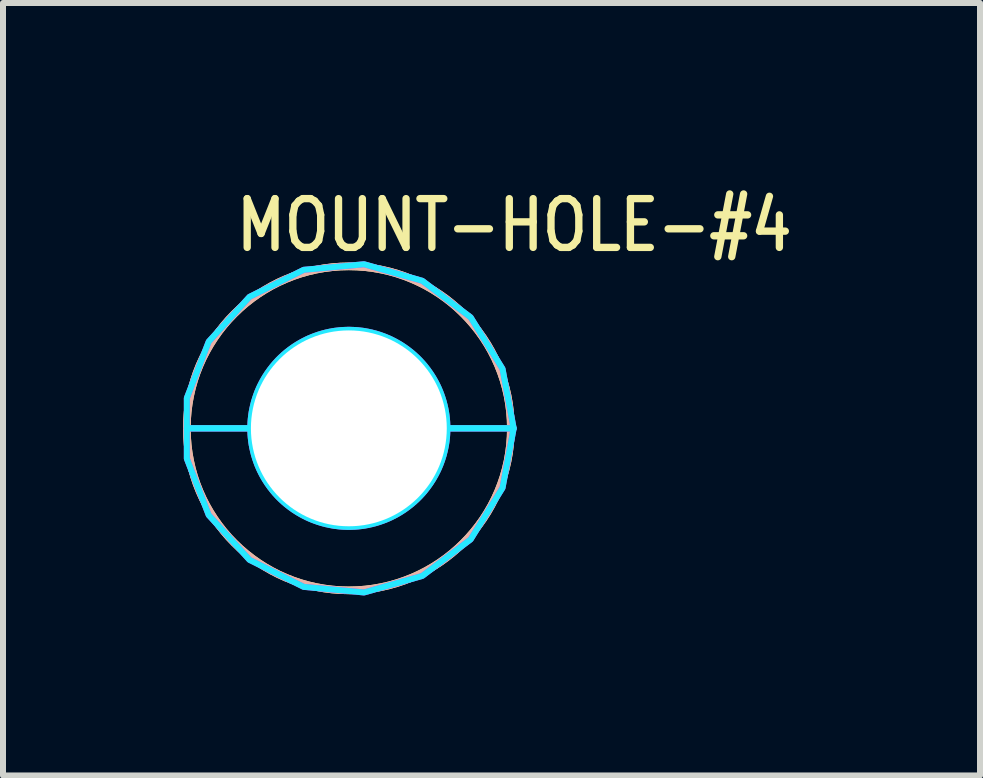
<source format=kicad_pcb>
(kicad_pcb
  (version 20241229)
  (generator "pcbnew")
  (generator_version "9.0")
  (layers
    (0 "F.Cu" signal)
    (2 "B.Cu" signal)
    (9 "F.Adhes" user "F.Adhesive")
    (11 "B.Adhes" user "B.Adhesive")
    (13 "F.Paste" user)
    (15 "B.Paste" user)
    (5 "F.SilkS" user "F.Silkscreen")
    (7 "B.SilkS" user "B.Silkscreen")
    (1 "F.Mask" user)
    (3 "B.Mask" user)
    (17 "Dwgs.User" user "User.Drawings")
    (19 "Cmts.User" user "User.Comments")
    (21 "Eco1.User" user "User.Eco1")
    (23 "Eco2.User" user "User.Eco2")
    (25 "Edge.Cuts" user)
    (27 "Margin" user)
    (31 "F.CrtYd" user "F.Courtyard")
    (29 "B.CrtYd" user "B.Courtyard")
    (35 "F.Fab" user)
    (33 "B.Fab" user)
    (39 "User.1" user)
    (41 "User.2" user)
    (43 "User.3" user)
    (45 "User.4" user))
  (footprint "MOUNT-HOLE-#4"
    (layer "F.Cu")
    (at 2.764 4.089)
    (property "Reference" "MOUNT-HOLE-#4" (at -1.94 -2.91 0) (unlocked yes) (layer "F.SilkS") (effects (font (size 0.813 0.695) (thickness 0.122)) (justify left bottom)))
    (fp_circle (center 0 0) (end 2.578 0) (stroke (width 0) (type solid)) (fill yes) (layer "F.Mask"))
    (fp_circle (center 0 0) (end 2.7 0) (stroke (width 0) (type solid)) (fill yes) (layer "F.Mask"))
    (fp_circle (center 0 0) (end 2.7 0) (stroke (width 0) (type solid)) (fill yes) (layer "F.Mask"))
    (fp_circle (center 0 0) (end 2.578 0) (stroke (width 0) (type solid)) (fill yes) (layer "B.Mask"))
    (fp_circle (center 0 0) (end 2.7 0) (stroke (width 0) (type solid)) (fill yes) (layer "B.Mask"))
    (fp_circle (center 0 0) (end 2.7 0) (stroke (width 0.127) (type solid)) (fill no) (layer "F.SilkS"))
    (fp_circle (center 0 0) (end 2.7 0) (stroke (width 0.127) (type solid)) (fill no) (layer "B.SilkS"))
    (fp_poly (pts (xy -2.7 0) (xy -2.7 -0.505) (xy -2.335 -1.446) (xy -1.655 -2.192) (xy -0.752 -2.642) (xy 0.253 -2.735) (xy 1.224 -2.459) (xy 2.03 -1.85) (xy 2.561 -0.992) (xy 2.747 0) (xy 1.642 0) (xy 1.642 -0.000078) (xy 1.642 -0.026) (xy 1.642 -0.026) (xy 1.641 -0.051) (xy 1.641 -0.052) (xy 1.64 -0.077) (xy 1.64 -0.077) (xy 1.639 -0.103) (xy 1.639 -0.103) (xy 1.637 -0.129) (xy 1.637 -0.129) (xy 1.635 -0.154) (xy 1.635 -0.155) (xy 1.632 -0.18) (xy 1.632 -0.18) (xy 1.629 -0.206) (xy 1.629 -0.206) (xy 1.626 -0.231) (xy 1.626 -0.231) (xy 1.622 -0.257) (xy 1.622 -0.257) (xy 1.618 -0.282) (xy 1.617 -0.282) (xy 1.613 -0.308) (xy 1.613 -0.308) (xy 1.608 -0.333) (xy 1.608 -0.333) (xy 1.602 -0.358) (xy 1.602 -0.358) (xy 1.597 -0.383) (xy 1.597 -0.383) (xy 1.59 -0.408) (xy 1.59 -0.408) (xy 1.584 -0.433) (xy 1.584 -0.433) (xy 1.577 -0.458) (xy 1.577 -0.458) (xy 1.569 -0.483) (xy 1.569 -0.483) (xy 1.562 -0.507) (xy 1.562 -0.507) (xy 1.553 -0.532) (xy 1.553 -0.532) (xy 1.545 -0.556) (xy 1.545 -0.556) (xy 1.536 -0.58) (xy 1.536 -0.58) (xy 1.527 -0.604) (xy 1.527 -0.605) (xy 1.517 -0.628) (xy 1.517 -0.628) (xy 1.507 -0.652) (xy 1.507 -0.652) (xy 1.497 -0.676) (xy 1.496 -0.676) (xy 1.486 -0.699) (xy 1.486 -0.699) (xy 1.475 -0.722) (xy 1.474 -0.722) (xy 1.463 -0.745) (xy 1.463 -0.746) (xy 1.451 -0.768) (xy 1.451 -0.768) (xy 1.439 -0.791) (xy 1.439 -0.791) (xy 1.426 -0.813) (xy 1.426 -0.814) (xy 1.413 -0.836) (xy 1.413 -0.836) (xy 1.4 -0.858) (xy 1.4 -0.858) (xy 1.386 -0.88) (xy 1.386 -0.88) (xy 1.372 -0.901) (xy 1.372 -0.902) (xy 1.358 -0.923) (xy 1.358 -0.923) (xy 1.343 -0.944) (xy 1.343 -0.944) (xy 1.328 -0.965) (xy 1.328 -0.965) (xy 1.313 -0.986) (xy 1.313 -0.986) (xy 1.297 -1.006) (xy 1.297 -1.006) (xy 1.281 -1.027) (xy 1.281 -1.027) (xy 1.265 -1.047) (xy 1.265 -1.047) (xy 1.249 -1.066) (xy 1.248 -1.066) (xy 1.232 -1.086) (xy 1.232 -1.086) (xy 1.214 -1.105) (xy 1.214 -1.105) (xy 1.197 -1.124) (xy 1.197 -1.124) (xy 1.179 -1.143) (xy 1.179 -1.143) (xy 1.161 -1.161) (xy 1.161 -1.161) (xy 1.143 -1.179) (xy 1.143 -1.179) (xy 1.124 -1.197) (xy 1.124 -1.197) (xy 1.105 -1.214) (xy 1.105 -1.214) (xy 1.086 -1.232) (xy 1.086 -1.232) (xy 1.066 -1.248) (xy 1.066 -1.249) (xy 1.047 -1.265) (xy 1.047 -1.265) (xy 1.027 -1.281) (xy 1.027 -1.281) (xy 1.006 -1.297) (xy 1.006 -1.297) (xy 0.986 -1.313) (xy 0.986 -1.313) (xy 0.965 -1.328) (xy 0.965 -1.328) (xy 0.944 -1.343) (xy 0.944 -1.343) (xy 0.923 -1.358) (xy 0.923 -1.358) (xy 0.902 -1.372) (xy 0.901 -1.372) (xy 0.88 -1.386) (xy 0.88 -1.386) (xy 0.858 -1.4) (xy 0.858 -1.4) (xy 0.836 -1.413) (xy 0.836 -1.413) (xy 0.814 -1.426) (xy 0.813 -1.426) (xy 0.791 -1.439) (xy 0.791 -1.439) (xy 0.768 -1.451) (xy 0.768 -1.451) (xy 0.746 -1.463) (xy 0.745 -1.463) (xy 0.722 -1.474) (xy 0.722 -1.475) (xy 0.699 -1.486) (xy 0.699 -1.486) (xy 0.676 -1.496) (xy 0.676 -1.497) (xy 0.652 -1.507) (xy 0.652 -1.507) (xy 0.628 -1.517) (xy 0.628 -1.517) (xy 0.605 -1.527) (xy 0.604 -1.527) (xy 0.58 -1.536) (xy 0.58 -1.536) (xy 0.556 -1.545) (xy 0.556 -1.545) (xy 0.532 -1.553) (xy 0.532 -1.553) (xy 0.507 -1.562) (xy 0.507 -1.562) (xy 0.483 -1.569) (xy 0.483 -1.569) (xy 0.458 -1.577) (xy 0.458 -1.577) (xy 0.433 -1.584) (xy 0.433 -1.584) (xy 0.408 -1.59) (xy 0.408 -1.59) (xy 0.383 -1.597) (xy 0.383 -1.597) (xy 0.358 -1.602) (xy 0.358 -1.602) (xy 0.333 -1.608) (xy 0.333 -1.608) (xy 0.308 -1.613) (xy 0.308 -1.613) (xy 0.282 -1.617) (xy 0.282 -1.618) (xy 0.257 -1.622) (xy 0.257 -1.622) (xy 0.231 -1.626) (xy 0.231 -1.626) (xy 0.206 -1.629) (xy 0.206 -1.629) (xy 0.18 -1.632) (xy 0.18 -1.632) (xy 0.155 -1.635) (xy 0.154 -1.635) (xy 0.129 -1.637) (xy 0.129 -1.637) (xy 0.103 -1.639) (xy 0.103 -1.639) (xy 0.077 -1.64) (xy 0.077 -1.64) (xy 0.052 -1.641) (xy 0.051 -1.641) (xy 0.026 -1.642) (xy 0.026 -1.642) (xy 0.000078 -1.642) (xy -0.000078 -1.642) (xy -0.026 -1.642) (xy -0.026 -1.642) (xy -0.051 -1.641) (xy -0.052 -1.641) (xy -0.077 -1.64) (xy -0.077 -1.64) (xy -0.103 -1.639) (xy -0.103 -1.639) (xy -0.129 -1.637) (xy -0.129 -1.637) (xy -0.154 -1.635) (xy -0.155 -1.635) (xy -0.18 -1.632) (xy -0.18 -1.632) (xy -0.206 -1.629) (xy -0.206 -1.629) (xy -0.231 -1.626) (xy -0.231 -1.626) (xy -0.257 -1.622) (xy -0.257 -1.622) (xy -0.282 -1.618) (xy -0.282 -1.617) (xy -0.308 -1.613) (xy -0.308 -1.613) (xy -0.333 -1.608) (xy -0.333 -1.608) (xy -0.358 -1.602) (xy -0.358 -1.602) (xy -0.383 -1.597) (xy -0.383 -1.597) (xy -0.408 -1.59) (xy -0.408 -1.59) (xy -0.433 -1.584) (xy -0.433 -1.584) (xy -0.458 -1.577) (xy -0.458 -1.577) (xy -0.483 -1.569) (xy -0.483 -1.569) (xy -0.507 -1.562) (xy -0.507 -1.562) (xy -0.532 -1.553) (xy -0.532 -1.553) (xy -0.556 -1.545) (xy -0.556 -1.545) (xy -0.58 -1.536) (xy -0.58 -1.536) (xy -0.604 -1.527) (xy -0.605 -1.527) (xy -0.628 -1.517) (xy -0.628 -1.517) (xy -0.652 -1.507) (xy -0.652 -1.507) (xy -0.676 -1.497) (xy -0.676 -1.496) (xy -0.699 -1.486) (xy -0.699 -1.486) (xy -0.722 -1.475) (xy -0.722 -1.474) (xy -0.745 -1.463) (xy -0.746 -1.463) (xy -0.768 -1.451) (xy -0.768 -1.451) (xy -0.791 -1.439) (xy -0.791 -1.439) (xy -0.813 -1.426) (xy -0.814 -1.426) (xy -0.836 -1.413) (xy -0.836 -1.413) (xy -0.858 -1.4) (xy -0.858 -1.4) (xy -0.88 -1.386) (xy -0.88 -1.386) (xy -0.901 -1.372) (xy -0.902 -1.372) (xy -0.923 -1.358) (xy -0.923 -1.358) (xy -0.944 -1.343) (xy -0.944 -1.343) (xy -0.965 -1.328) (xy -0.965 -1.328) (xy -0.986 -1.313) (xy -0.986 -1.313) (xy -1.006 -1.297) (xy -1.006 -1.297) (xy -1.027 -1.281) (xy -1.027 -1.281) (xy -1.047 -1.265) (xy -1.047 -1.265) (xy -1.066 -1.249) (xy -1.066 -1.248) (xy -1.086 -1.232) (xy -1.086 -1.232) (xy -1.105 -1.214) (xy -1.105 -1.214) (xy -1.124 -1.197) (xy -1.124 -1.197) (xy -1.143 -1.179) (xy -1.143 -1.179) (xy -1.161 -1.161) (xy -1.161 -1.161) (xy -1.179 -1.143) (xy -1.179 -1.143) (xy -1.197 -1.124) (xy -1.197 -1.124) (xy -1.214 -1.105) (xy -1.214 -1.105) (xy -1.232 -1.086) (xy -1.232 -1.086) (xy -1.248 -1.066) (xy -1.249 -1.066) (xy -1.265 -1.047) (xy -1.265 -1.047) (xy -1.281 -1.027) (xy -1.281 -1.027) (xy -1.297 -1.006) (xy -1.297 -1.006) (xy -1.313 -0.986) (xy -1.313 -0.986) (xy -1.328 -0.965) (xy -1.328 -0.965) (xy -1.343 -0.944) (xy -1.343 -0.944) (xy -1.358 -0.923) (xy -1.358 -0.923) (xy -1.372 -0.902) (xy -1.372 -0.901) (xy -1.386 -0.88) (xy -1.386 -0.88) (xy -1.4 -0.858) (xy -1.4 -0.858) (xy -1.413 -0.836) (xy -1.413 -0.836) (xy -1.426 -0.814) (xy -1.426 -0.813) (xy -1.439 -0.791) (xy -1.439 -0.791) (xy -1.451 -0.768) (xy -1.451 -0.768) (xy -1.463 -0.746) (xy -1.463 -0.745) (xy -1.474 -0.722) (xy -1.475 -0.722) (xy -1.486 -0.699) (xy -1.486 -0.699) (xy -1.496 -0.676) (xy -1.497 -0.676) (xy -1.507 -0.652) (xy -1.507 -0.652) (xy -1.517 -0.628) (xy -1.517 -0.628) (xy -1.527 -0.605) (xy -1.527 -0.604) (xy -1.536 -0.58) (xy -1.536 -0.58) (xy -1.545 -0.556) (xy -1.545 -0.556) (xy -1.553 -0.532) (xy -1.553 -0.532) (xy -1.562 -0.507) (xy -1.562 -0.507) (xy -1.569 -0.483) (xy -1.569 -0.483) (xy -1.577 -0.458) (xy -1.577 -0.458) (xy -1.584 -0.433) (xy -1.584 -0.433) (xy -1.59 -0.408) (xy -1.59 -0.408) (xy -1.597 -0.383) (xy -1.597 -0.383) (xy -1.602 -0.358) (xy -1.602 -0.358) (xy -1.608 -0.333) (xy -1.608 -0.333) (xy -1.613 -0.308) (xy -1.613 -0.308) (xy -1.617 -0.282) (xy -1.618 -0.282) (xy -1.622 -0.257) (xy -1.622 -0.257) (xy -1.626 -0.231) (xy -1.626 -0.231) (xy -1.629 -0.206) (xy -1.629 -0.206) (xy -1.632 -0.18) (xy -1.632 -0.18) (xy -1.635 -0.155) (xy -1.635 -0.154) (xy -1.637 -0.129) (xy -1.637 -0.129) (xy -1.639 -0.103) (xy -1.639 -0.103) (xy -1.64 -0.077) (xy -1.64 -0.077) (xy -1.641 -0.052) (xy -1.641 -0.051) (xy -1.642 -0.026) (xy -1.642 -0.026) (xy -1.642 -0.000078) (xy -1.642 0)) (stroke (width 0.1) (type solid)) (fill no) (layer "B.CrtYd"))
    (fp_poly (pts (xy 2.561 0.992) (xy 2.03 1.85) (xy 1.224 2.459) (xy 0.253 2.735) (xy -0.752 2.642) (xy -1.655 2.192) (xy -2.335 1.446) (xy -2.7 0.505) (xy -2.7 0) (xy -1.642 0) (xy -1.642 0.000078) (xy -1.642 0.026) (xy -1.642 0.026) (xy -1.641 0.051) (xy -1.641 0.052) (xy -1.64 0.077) (xy -1.64 0.077) (xy -1.639 0.103) (xy -1.639 0.103) (xy -1.637 0.129) (xy -1.637 0.129) (xy -1.635 0.154) (xy -1.635 0.155) (xy -1.632 0.18) (xy -1.632 0.18) (xy -1.629 0.206) (xy -1.629 0.206) (xy -1.626 0.231) (xy -1.626 0.231) (xy -1.622 0.257) (xy -1.622 0.257) (xy -1.618 0.282) (xy -1.617 0.282) (xy -1.613 0.308) (xy -1.613 0.308) (xy -1.608 0.333) (xy -1.608 0.333) (xy -1.602 0.358) (xy -1.602 0.358) (xy -1.597 0.383) (xy -1.597 0.383) (xy -1.59 0.408) (xy -1.59 0.408) (xy -1.584 0.433) (xy -1.584 0.433) (xy -1.577 0.458) (xy -1.577 0.458) (xy -1.569 0.483) (xy -1.569 0.483) (xy -1.562 0.507) (xy -1.562 0.507) (xy -1.553 0.532) (xy -1.553 0.532) (xy -1.545 0.556) (xy -1.545 0.556) (xy -1.536 0.58) (xy -1.536 0.58) (xy -1.527 0.604) (xy -1.527 0.605) (xy -1.517 0.628) (xy -1.517 0.628) (xy -1.507 0.652) (xy -1.507 0.652) (xy -1.497 0.676) (xy -1.496 0.676) (xy -1.486 0.699) (xy -1.486 0.699) (xy -1.475 0.722) (xy -1.474 0.722) (xy -1.463 0.745) (xy -1.463 0.746) (xy -1.451 0.768) (xy -1.451 0.768) (xy -1.439 0.791) (xy -1.439 0.791) (xy -1.426 0.813) (xy -1.426 0.814) (xy -1.413 0.836) (xy -1.413 0.836) (xy -1.4 0.858) (xy -1.4 0.858) (xy -1.386 0.88) (xy -1.386 0.88) (xy -1.372 0.901) (xy -1.372 0.902) (xy -1.358 0.923) (xy -1.358 0.923) (xy -1.343 0.944) (xy -1.343 0.944) (xy -1.328 0.965) (xy -1.328 0.965) (xy -1.313 0.986) (xy -1.313 0.986) (xy -1.297 1.006) (xy -1.297 1.006) (xy -1.281 1.027) (xy -1.281 1.027) (xy -1.265 1.047) (xy -1.265 1.047) (xy -1.249 1.066) (xy -1.248 1.066) (xy -1.232 1.086) (xy -1.232 1.086) (xy -1.214 1.105) (xy -1.214 1.105) (xy -1.197 1.124) (xy -1.197 1.124) (xy -1.179 1.143) (xy -1.179 1.143) (xy -1.161 1.161) (xy -1.161 1.161) (xy -1.143 1.179) (xy -1.143 1.179) (xy -1.124 1.197) (xy -1.124 1.197) (xy -1.105 1.214) (xy -1.105 1.214) (xy -1.086 1.232) (xy -1.086 1.232) (xy -1.066 1.248) (xy -1.066 1.249) (xy -1.047 1.265) (xy -1.047 1.265) (xy -1.027 1.281) (xy -1.027 1.281) (xy -1.006 1.297) (xy -1.006 1.297) (xy -0.986 1.313) (xy -0.986 1.313) (xy -0.965 1.328) (xy -0.965 1.328) (xy -0.944 1.343) (xy -0.944 1.343) (xy -0.923 1.358) (xy -0.923 1.358) (xy -0.902 1.372) (xy -0.901 1.372) (xy -0.88 1.386) (xy -0.88 1.386) (xy -0.858 1.4) (xy -0.858 1.4) (xy -0.836 1.413) (xy -0.836 1.413) (xy -0.814 1.426) (xy -0.813 1.426) (xy -0.791 1.439) (xy -0.791 1.439) (xy -0.768 1.451) (xy -0.768 1.451) (xy -0.746 1.463) (xy -0.745 1.463) (xy -0.722 1.474) (xy -0.722 1.475) (xy -0.699 1.486) (xy -0.699 1.486) (xy -0.676 1.496) (xy -0.676 1.497) (xy -0.652 1.507) (xy -0.652 1.507) (xy -0.628 1.517) (xy -0.628 1.517) (xy -0.605 1.527) (xy -0.604 1.527) (xy -0.58 1.536) (xy -0.58 1.536) (xy -0.556 1.545) (xy -0.556 1.545) (xy -0.532 1.553) (xy -0.532 1.553) (xy -0.507 1.562) (xy -0.507 1.562) (xy -0.483 1.569) (xy -0.483 1.569) (xy -0.458 1.577) (xy -0.458 1.577) (xy -0.433 1.584) (xy -0.433 1.584) (xy -0.408 1.59) (xy -0.408 1.59) (xy -0.383 1.597) (xy -0.383 1.597) (xy -0.358 1.602) (xy -0.358 1.602) (xy -0.333 1.608) (xy -0.333 1.608) (xy -0.308 1.613) (xy -0.308 1.613) (xy -0.282 1.617) (xy -0.282 1.618) (xy -0.257 1.622) (xy -0.257 1.622) (xy -0.231 1.626) (xy -0.231 1.626) (xy -0.206 1.629) (xy -0.206 1.629) (xy -0.18 1.632) (xy -0.18 1.632) (xy -0.155 1.635) (xy -0.154 1.635) (xy -0.129 1.637) (xy -0.129 1.637) (xy -0.103 1.639) (xy -0.103 1.639) (xy -0.077 1.64) (xy -0.077 1.64) (xy -0.052 1.641) (xy -0.051 1.641) (xy -0.026 1.642) (xy -0.026 1.642) (xy -0.000078 1.642) (xy 0.000078 1.642) (xy 0.026 1.642) (xy 0.026 1.642) (xy 0.051 1.641) (xy 0.052 1.641) (xy 0.077 1.64) (xy 0.077 1.64) (xy 0.103 1.639) (xy 0.103 1.639) (xy 0.129 1.637) (xy 0.129 1.637) (xy 0.154 1.635) (xy 0.155 1.635) (xy 0.18 1.632) (xy 0.18 1.632) (xy 0.206 1.629) (xy 0.206 1.629) (xy 0.231 1.626) (xy 0.231 1.626) (xy 0.257 1.622) (xy 0.257 1.622) (xy 0.282 1.618) (xy 0.282 1.617) (xy 0.308 1.613) (xy 0.308 1.613) (xy 0.333 1.608) (xy 0.333 1.608) (xy 0.358 1.602) (xy 0.358 1.602) (xy 0.383 1.597) (xy 0.383 1.597) (xy 0.408 1.59) (xy 0.408 1.59) (xy 0.433 1.584) (xy 0.433 1.584) (xy 0.458 1.577) (xy 0.458 1.577) (xy 0.483 1.569) (xy 0.483 1.569) (xy 0.507 1.562) (xy 0.507 1.562) (xy 0.532 1.553) (xy 0.532 1.553) (xy 0.556 1.545) (xy 0.556 1.545) (xy 0.58 1.536) (xy 0.58 1.536) (xy 0.604 1.527) (xy 0.605 1.527) (xy 0.628 1.517) (xy 0.628 1.517) (xy 0.652 1.507) (xy 0.652 1.507) (xy 0.676 1.497) (xy 0.676 1.496) (xy 0.699 1.486) (xy 0.699 1.486) (xy 0.722 1.475) (xy 0.722 1.474) (xy 0.745 1.463) (xy 0.746 1.463) (xy 0.768 1.451) (xy 0.768 1.451) (xy 0.791 1.439) (xy 0.791 1.439) (xy 0.813 1.426) (xy 0.814 1.426) (xy 0.836 1.413) (xy 0.836 1.413) (xy 0.858 1.4) (xy 0.858 1.4) (xy 0.88 1.386) (xy 0.88 1.386) (xy 0.901 1.372) (xy 0.902 1.372) (xy 0.923 1.358) (xy 0.923 1.358) (xy 0.944 1.343) (xy 0.944 1.343) (xy 0.965 1.328) (xy 0.965 1.328) (xy 0.986 1.313) (xy 0.986 1.313) (xy 1.006 1.297) (xy 1.006 1.297) (xy 1.027 1.281) (xy 1.027 1.281) (xy 1.047 1.265) (xy 1.047 1.265) (xy 1.066 1.249) (xy 1.066 1.248) (xy 1.086 1.232) (xy 1.086 1.232) (xy 1.105 1.214) (xy 1.105 1.214) (xy 1.124 1.197) (xy 1.124 1.197) (xy 1.143 1.179) (xy 1.143 1.179) (xy 1.161 1.161) (xy 1.161 1.161) (xy 1.179 1.143) (xy 1.179 1.143) (xy 1.197 1.124) (xy 1.197 1.124) (xy 1.214 1.105) (xy 1.214 1.105) (xy 1.232 1.086) (xy 1.232 1.086) (xy 1.248 1.066) (xy 1.249 1.066) (xy 1.265 1.047) (xy 1.265 1.047) (xy 1.281 1.027) (xy 1.281 1.027) (xy 1.297 1.006) (xy 1.297 1.006) (xy 1.313 0.986) (xy 1.313 0.986) (xy 1.328 0.965) (xy 1.328 0.965) (xy 1.343 0.944) (xy 1.343 0.944) (xy 1.358 0.923) (xy 1.358 0.923) (xy 1.372 0.902) (xy 1.372 0.901) (xy 1.386 0.88) (xy 1.386 0.88) (xy 1.4 0.858) (xy 1.4 0.858) (xy 1.413 0.836) (xy 1.413 0.836) (xy 1.426 0.814) (xy 1.426 0.813) (xy 1.439 0.791) (xy 1.439 0.791) (xy 1.451 0.768) (xy 1.451 0.768) (xy 1.463 0.746) (xy 1.463 0.745) (xy 1.474 0.722) (xy 1.475 0.722) (xy 1.486 0.699) (xy 1.486 0.699) (xy 1.496 0.676) (xy 1.497 0.676) (xy 1.507 0.652) (xy 1.507 0.652) (xy 1.517 0.628) (xy 1.517 0.628) (xy 1.527 0.605) (xy 1.527 0.604) (xy 1.536 0.58) (xy 1.536 0.58) (xy 1.545 0.556) (xy 1.545 0.556) (xy 1.553 0.532) (xy 1.553 0.532) (xy 1.562 0.507) (xy 1.562 0.507) (xy 1.569 0.483) (xy 1.569 0.483) (xy 1.577 0.458) (xy 1.577 0.458) (xy 1.584 0.433) (xy 1.584 0.433) (xy 1.59 0.408) (xy 1.59 0.408) (xy 1.597 0.383) (xy 1.597 0.383) (xy 1.602 0.358) (xy 1.602 0.358) (xy 1.608 0.333) (xy 1.608 0.333) (xy 1.613 0.308) (xy 1.613 0.308) (xy 1.617 0.282) (xy 1.618 0.282) (xy 1.622 0.257) (xy 1.622 0.257) (xy 1.626 0.231) (xy 1.626 0.231) (xy 1.629 0.206) (xy 1.629 0.206) (xy 1.632 0.18) (xy 1.632 0.18) (xy 1.635 0.155) (xy 1.635 0.154) (xy 1.637 0.129) (xy 1.637 0.129) (xy 1.639 0.103) (xy 1.639 0.103) (xy 1.64 0.077) (xy 1.64 0.077) (xy 1.641 0.052) (xy 1.641 0.051) (xy 1.642 0.026) (xy 1.642 0.026) (xy 1.642 0.000078) (xy 1.642 0) (xy 2.747 0)) (stroke (width 0.1) (type solid)) (fill no) (layer "B.CrtYd"))
    (fp_poly (pts (xy -2.7 0) (xy -2.7 -0.505) (xy -2.335 -1.446) (xy -1.655 -2.192) (xy -0.752 -2.642) (xy 0.253 -2.735) (xy 1.224 -2.459) (xy 2.03 -1.85) (xy 2.561 -0.992) (xy 2.747 0) (xy 1.642 0) (xy 1.642 -0.000078) (xy 1.642 -0.026) (xy 1.642 -0.026) (xy 1.641 -0.051) (xy 1.641 -0.052) (xy 1.64 -0.077) (xy 1.64 -0.077) (xy 1.639 -0.103) (xy 1.639 -0.103) (xy 1.637 -0.129) (xy 1.637 -0.129) (xy 1.635 -0.154) (xy 1.635 -0.155) (xy 1.632 -0.18) (xy 1.632 -0.18) (xy 1.629 -0.206) (xy 1.629 -0.206) (xy 1.626 -0.231) (xy 1.626 -0.231) (xy 1.622 -0.257) (xy 1.622 -0.257) (xy 1.618 -0.282) (xy 1.617 -0.282) (xy 1.613 -0.308) (xy 1.613 -0.308) (xy 1.608 -0.333) (xy 1.608 -0.333) (xy 1.602 -0.358) (xy 1.602 -0.358) (xy 1.597 -0.383) (xy 1.597 -0.383) (xy 1.59 -0.408) (xy 1.59 -0.408) (xy 1.584 -0.433) (xy 1.584 -0.433) (xy 1.577 -0.458) (xy 1.577 -0.458) (xy 1.569 -0.483) (xy 1.569 -0.483) (xy 1.562 -0.507) (xy 1.562 -0.507) (xy 1.553 -0.532) (xy 1.553 -0.532) (xy 1.545 -0.556) (xy 1.545 -0.556) (xy 1.536 -0.58) (xy 1.536 -0.58) (xy 1.527 -0.604) (xy 1.527 -0.605) (xy 1.517 -0.628) (xy 1.517 -0.628) (xy 1.507 -0.652) (xy 1.507 -0.652) (xy 1.497 -0.676) (xy 1.496 -0.676) (xy 1.486 -0.699) (xy 1.486 -0.699) (xy 1.475 -0.722) (xy 1.474 -0.722) (xy 1.463 -0.745) (xy 1.463 -0.746) (xy 1.451 -0.768) (xy 1.451 -0.768) (xy 1.439 -0.791) (xy 1.439 -0.791) (xy 1.426 -0.813) (xy 1.426 -0.814) (xy 1.413 -0.836) (xy 1.413 -0.836) (xy 1.4 -0.858) (xy 1.4 -0.858) (xy 1.386 -0.88) (xy 1.386 -0.88) (xy 1.372 -0.901) (xy 1.372 -0.902) (xy 1.358 -0.923) (xy 1.358 -0.923) (xy 1.343 -0.944) (xy 1.343 -0.944) (xy 1.328 -0.965) (xy 1.328 -0.965) (xy 1.313 -0.986) (xy 1.313 -0.986) (xy 1.297 -1.006) (xy 1.297 -1.006) (xy 1.281 -1.027) (xy 1.281 -1.027) (xy 1.265 -1.047) (xy 1.265 -1.047) (xy 1.249 -1.066) (xy 1.248 -1.066) (xy 1.232 -1.086) (xy 1.232 -1.086) (xy 1.214 -1.105) (xy 1.214 -1.105) (xy 1.197 -1.124) (xy 1.197 -1.124) (xy 1.179 -1.143) (xy 1.179 -1.143) (xy 1.161 -1.161) (xy 1.161 -1.161) (xy 1.143 -1.179) (xy 1.143 -1.179) (xy 1.124 -1.197) (xy 1.124 -1.197) (xy 1.105 -1.214) (xy 1.105 -1.214) (xy 1.086 -1.232) (xy 1.086 -1.232) (xy 1.066 -1.248) (xy 1.066 -1.249) (xy 1.047 -1.265) (xy 1.047 -1.265) (xy 1.027 -1.281) (xy 1.027 -1.281) (xy 1.006 -1.297) (xy 1.006 -1.297) (xy 0.986 -1.313) (xy 0.986 -1.313) (xy 0.965 -1.328) (xy 0.965 -1.328) (xy 0.944 -1.343) (xy 0.944 -1.343) (xy 0.923 -1.358) (xy 0.923 -1.358) (xy 0.902 -1.372) (xy 0.901 -1.372) (xy 0.88 -1.386) (xy 0.88 -1.386) (xy 0.858 -1.4) (xy 0.858 -1.4) (xy 0.836 -1.413) (xy 0.836 -1.413) (xy 0.814 -1.426) (xy 0.813 -1.426) (xy 0.791 -1.439) (xy 0.791 -1.439) (xy 0.768 -1.451) (xy 0.768 -1.451) (xy 0.746 -1.463) (xy 0.745 -1.463) (xy 0.722 -1.474) (xy 0.722 -1.475) (xy 0.699 -1.486) (xy 0.699 -1.486) (xy 0.676 -1.496) (xy 0.676 -1.497) (xy 0.652 -1.507) (xy 0.652 -1.507) (xy 0.628 -1.517) (xy 0.628 -1.517) (xy 0.605 -1.527) (xy 0.604 -1.527) (xy 0.58 -1.536) (xy 0.58 -1.536) (xy 0.556 -1.545) (xy 0.556 -1.545) (xy 0.532 -1.553) (xy 0.532 -1.553) (xy 0.507 -1.562) (xy 0.507 -1.562) (xy 0.483 -1.569) (xy 0.483 -1.569) (xy 0.458 -1.577) (xy 0.458 -1.577) (xy 0.433 -1.584) (xy 0.433 -1.584) (xy 0.408 -1.59) (xy 0.408 -1.59) (xy 0.383 -1.597) (xy 0.383 -1.597) (xy 0.358 -1.602) (xy 0.358 -1.602) (xy 0.333 -1.608) (xy 0.333 -1.608) (xy 0.308 -1.613) (xy 0.308 -1.613) (xy 0.282 -1.617) (xy 0.282 -1.618) (xy 0.257 -1.622) (xy 0.257 -1.622) (xy 0.231 -1.626) (xy 0.231 -1.626) (xy 0.206 -1.629) (xy 0.206 -1.629) (xy 0.18 -1.632) (xy 0.18 -1.632) (xy 0.155 -1.635) (xy 0.154 -1.635) (xy 0.129 -1.637) (xy 0.129 -1.637) (xy 0.103 -1.639) (xy 0.103 -1.639) (xy 0.077 -1.64) (xy 0.077 -1.64) (xy 0.052 -1.641) (xy 0.051 -1.641) (xy 0.026 -1.642) (xy 0.026 -1.642) (xy 0.000078 -1.642) (xy -0.000078 -1.642) (xy -0.026 -1.642) (xy -0.026 -1.642) (xy -0.051 -1.641) (xy -0.052 -1.641) (xy -0.077 -1.64) (xy -0.077 -1.64) (xy -0.103 -1.639) (xy -0.103 -1.639) (xy -0.129 -1.637) (xy -0.129 -1.637) (xy -0.154 -1.635) (xy -0.155 -1.635) (xy -0.18 -1.632) (xy -0.18 -1.632) (xy -0.206 -1.629) (xy -0.206 -1.629) (xy -0.231 -1.626) (xy -0.231 -1.626) (xy -0.257 -1.622) (xy -0.257 -1.622) (xy -0.282 -1.618) (xy -0.282 -1.617) (xy -0.308 -1.613) (xy -0.308 -1.613) (xy -0.333 -1.608) (xy -0.333 -1.608) (xy -0.358 -1.602) (xy -0.358 -1.602) (xy -0.383 -1.597) (xy -0.383 -1.597) (xy -0.408 -1.59) (xy -0.408 -1.59) (xy -0.433 -1.584) (xy -0.433 -1.584) (xy -0.458 -1.577) (xy -0.458 -1.577) (xy -0.483 -1.569) (xy -0.483 -1.569) (xy -0.507 -1.562) (xy -0.507 -1.562) (xy -0.532 -1.553) (xy -0.532 -1.553) (xy -0.556 -1.545) (xy -0.556 -1.545) (xy -0.58 -1.536) (xy -0.58 -1.536) (xy -0.604 -1.527) (xy -0.605 -1.527) (xy -0.628 -1.517) (xy -0.628 -1.517) (xy -0.652 -1.507) (xy -0.652 -1.507) (xy -0.676 -1.497) (xy -0.676 -1.496) (xy -0.699 -1.486) (xy -0.699 -1.486) (xy -0.722 -1.475) (xy -0.722 -1.474) (xy -0.745 -1.463) (xy -0.746 -1.463) (xy -0.768 -1.451) (xy -0.768 -1.451) (xy -0.791 -1.439) (xy -0.791 -1.439) (xy -0.813 -1.426) (xy -0.814 -1.426) (xy -0.836 -1.413) (xy -0.836 -1.413) (xy -0.858 -1.4) (xy -0.858 -1.4) (xy -0.88 -1.386) (xy -0.88 -1.386) (xy -0.901 -1.372) (xy -0.902 -1.372) (xy -0.923 -1.358) (xy -0.923 -1.358) (xy -0.944 -1.343) (xy -0.944 -1.343) (xy -0.965 -1.328) (xy -0.965 -1.328) (xy -0.986 -1.313) (xy -0.986 -1.313) (xy -1.006 -1.297) (xy -1.006 -1.297) (xy -1.027 -1.281) (xy -1.027 -1.281) (xy -1.047 -1.265) (xy -1.047 -1.265) (xy -1.066 -1.249) (xy -1.066 -1.248) (xy -1.086 -1.232) (xy -1.086 -1.232) (xy -1.105 -1.214) (xy -1.105 -1.214) (xy -1.124 -1.197) (xy -1.124 -1.197) (xy -1.143 -1.179) (xy -1.143 -1.179) (xy -1.161 -1.161) (xy -1.161 -1.161) (xy -1.179 -1.143) (xy -1.179 -1.143) (xy -1.197 -1.124) (xy -1.197 -1.124) (xy -1.214 -1.105) (xy -1.214 -1.105) (xy -1.232 -1.086) (xy -1.232 -1.086) (xy -1.248 -1.066) (xy -1.249 -1.066) (xy -1.265 -1.047) (xy -1.265 -1.047) (xy -1.281 -1.027) (xy -1.281 -1.027) (xy -1.297 -1.006) (xy -1.297 -1.006) (xy -1.313 -0.986) (xy -1.313 -0.986) (xy -1.328 -0.965) (xy -1.328 -0.965) (xy -1.343 -0.944) (xy -1.343 -0.944) (xy -1.358 -0.923) (xy -1.358 -0.923) (xy -1.372 -0.902) (xy -1.372 -0.901) (xy -1.386 -0.88) (xy -1.386 -0.88) (xy -1.4 -0.858) (xy -1.4 -0.858) (xy -1.413 -0.836) (xy -1.413 -0.836) (xy -1.426 -0.814) (xy -1.426 -0.813) (xy -1.439 -0.791) (xy -1.439 -0.791) (xy -1.451 -0.768) (xy -1.451 -0.768) (xy -1.463 -0.746) (xy -1.463 -0.745) (xy -1.474 -0.722) (xy -1.475 -0.722) (xy -1.486 -0.699) (xy -1.486 -0.699) (xy -1.496 -0.676) (xy -1.497 -0.676) (xy -1.507 -0.652) (xy -1.507 -0.652) (xy -1.517 -0.628) (xy -1.517 -0.628) (xy -1.527 -0.605) (xy -1.527 -0.604) (xy -1.536 -0.58) (xy -1.536 -0.58) (xy -1.545 -0.556) (xy -1.545 -0.556) (xy -1.553 -0.532) (xy -1.553 -0.532) (xy -1.562 -0.507) (xy -1.562 -0.507) (xy -1.569 -0.483) (xy -1.569 -0.483) (xy -1.577 -0.458) (xy -1.577 -0.458) (xy -1.584 -0.433) (xy -1.584 -0.433) (xy -1.59 -0.408) (xy -1.59 -0.408) (xy -1.597 -0.383) (xy -1.597 -0.383) (xy -1.602 -0.358) (xy -1.602 -0.358) (xy -1.608 -0.333) (xy -1.608 -0.333) (xy -1.613 -0.308) (xy -1.613 -0.308) (xy -1.617 -0.282) (xy -1.618 -0.282) (xy -1.622 -0.257) (xy -1.622 -0.257) (xy -1.626 -0.231) (xy -1.626 -0.231) (xy -1.629 -0.206) (xy -1.629 -0.206) (xy -1.632 -0.18) (xy -1.632 -0.18) (xy -1.635 -0.155) (xy -1.635 -0.154) (xy -1.637 -0.129) (xy -1.637 -0.129) (xy -1.639 -0.103) (xy -1.639 -0.103) (xy -1.64 -0.077) (xy -1.64 -0.077) (xy -1.641 -0.052) (xy -1.641 -0.051) (xy -1.642 -0.026) (xy -1.642 -0.026) (xy -1.642 -0.000078) (xy -1.642 0)) (stroke (width 0.1) (type solid)) (fill no) (layer "F.CrtYd"))
    (fp_poly (pts (xy 2.561 0.992) (xy 2.03 1.85) (xy 1.224 2.459) (xy 0.253 2.735) (xy -0.752 2.642) (xy -1.655 2.192) (xy -2.335 1.446) (xy -2.7 0.505) (xy -2.7 0) (xy -1.642 0) (xy -1.642 0.000078) (xy -1.642 0.026) (xy -1.642 0.026) (xy -1.641 0.051) (xy -1.641 0.052) (xy -1.64 0.077) (xy -1.64 0.077) (xy -1.639 0.103) (xy -1.639 0.103) (xy -1.637 0.129) (xy -1.637 0.129) (xy -1.635 0.154) (xy -1.635 0.155) (xy -1.632 0.18) (xy -1.632 0.18) (xy -1.629 0.206) (xy -1.629 0.206) (xy -1.626 0.231) (xy -1.626 0.231) (xy -1.622 0.257) (xy -1.622 0.257) (xy -1.618 0.282) (xy -1.617 0.282) (xy -1.613 0.308) (xy -1.613 0.308) (xy -1.608 0.333) (xy -1.608 0.333) (xy -1.602 0.358) (xy -1.602 0.358) (xy -1.597 0.383) (xy -1.597 0.383) (xy -1.59 0.408) (xy -1.59 0.408) (xy -1.584 0.433) (xy -1.584 0.433) (xy -1.577 0.458) (xy -1.577 0.458) (xy -1.569 0.483) (xy -1.569 0.483) (xy -1.562 0.507) (xy -1.562 0.507) (xy -1.553 0.532) (xy -1.553 0.532) (xy -1.545 0.556) (xy -1.545 0.556) (xy -1.536 0.58) (xy -1.536 0.58) (xy -1.527 0.604) (xy -1.527 0.605) (xy -1.517 0.628) (xy -1.517 0.628) (xy -1.507 0.652) (xy -1.507 0.652) (xy -1.497 0.676) (xy -1.496 0.676) (xy -1.486 0.699) (xy -1.486 0.699) (xy -1.475 0.722) (xy -1.474 0.722) (xy -1.463 0.745) (xy -1.463 0.746) (xy -1.451 0.768) (xy -1.451 0.768) (xy -1.439 0.791) (xy -1.439 0.791) (xy -1.426 0.813) (xy -1.426 0.814) (xy -1.413 0.836) (xy -1.413 0.836) (xy -1.4 0.858) (xy -1.4 0.858) (xy -1.386 0.88) (xy -1.386 0.88) (xy -1.372 0.901) (xy -1.372 0.902) (xy -1.358 0.923) (xy -1.358 0.923) (xy -1.343 0.944) (xy -1.343 0.944) (xy -1.328 0.965) (xy -1.328 0.965) (xy -1.313 0.986) (xy -1.313 0.986) (xy -1.297 1.006) (xy -1.297 1.006) (xy -1.281 1.027) (xy -1.281 1.027) (xy -1.265 1.047) (xy -1.265 1.047) (xy -1.249 1.066) (xy -1.248 1.066) (xy -1.232 1.086) (xy -1.232 1.086) (xy -1.214 1.105) (xy -1.214 1.105) (xy -1.197 1.124) (xy -1.197 1.124) (xy -1.179 1.143) (xy -1.179 1.143) (xy -1.161 1.161) (xy -1.161 1.161) (xy -1.143 1.179) (xy -1.143 1.179) (xy -1.124 1.197) (xy -1.124 1.197) (xy -1.105 1.214) (xy -1.105 1.214) (xy -1.086 1.232) (xy -1.086 1.232) (xy -1.066 1.248) (xy -1.066 1.249) (xy -1.047 1.265) (xy -1.047 1.265) (xy -1.027 1.281) (xy -1.027 1.281) (xy -1.006 1.297) (xy -1.006 1.297) (xy -0.986 1.313) (xy -0.986 1.313) (xy -0.965 1.328) (xy -0.965 1.328) (xy -0.944 1.343) (xy -0.944 1.343) (xy -0.923 1.358) (xy -0.923 1.358) (xy -0.902 1.372) (xy -0.901 1.372) (xy -0.88 1.386) (xy -0.88 1.386) (xy -0.858 1.4) (xy -0.858 1.4) (xy -0.836 1.413) (xy -0.836 1.413) (xy -0.814 1.426) (xy -0.813 1.426) (xy -0.791 1.439) (xy -0.791 1.439) (xy -0.768 1.451) (xy -0.768 1.451) (xy -0.746 1.463) (xy -0.745 1.463) (xy -0.722 1.474) (xy -0.722 1.475) (xy -0.699 1.486) (xy -0.699 1.486) (xy -0.676 1.496) (xy -0.676 1.497) (xy -0.652 1.507) (xy -0.652 1.507) (xy -0.628 1.517) (xy -0.628 1.517) (xy -0.605 1.527) (xy -0.604 1.527) (xy -0.58 1.536) (xy -0.58 1.536) (xy -0.556 1.545) (xy -0.556 1.545) (xy -0.532 1.553) (xy -0.532 1.553) (xy -0.507 1.562) (xy -0.507 1.562) (xy -0.483 1.569) (xy -0.483 1.569) (xy -0.458 1.577) (xy -0.458 1.577) (xy -0.433 1.584) (xy -0.433 1.584) (xy -0.408 1.59) (xy -0.408 1.59) (xy -0.383 1.597) (xy -0.383 1.597) (xy -0.358 1.602) (xy -0.358 1.602) (xy -0.333 1.608) (xy -0.333 1.608) (xy -0.308 1.613) (xy -0.308 1.613) (xy -0.282 1.617) (xy -0.282 1.618) (xy -0.257 1.622) (xy -0.257 1.622) (xy -0.231 1.626) (xy -0.231 1.626) (xy -0.206 1.629) (xy -0.206 1.629) (xy -0.18 1.632) (xy -0.18 1.632) (xy -0.155 1.635) (xy -0.154 1.635) (xy -0.129 1.637) (xy -0.129 1.637) (xy -0.103 1.639) (xy -0.103 1.639) (xy -0.077 1.64) (xy -0.077 1.64) (xy -0.052 1.641) (xy -0.051 1.641) (xy -0.026 1.642) (xy -0.026 1.642) (xy -0.000078 1.642) (xy 0.000078 1.642) (xy 0.026 1.642) (xy 0.026 1.642) (xy 0.051 1.641) (xy 0.052 1.641) (xy 0.077 1.64) (xy 0.077 1.64) (xy 0.103 1.639) (xy 0.103 1.639) (xy 0.129 1.637) (xy 0.129 1.637) (xy 0.154 1.635) (xy 0.155 1.635) (xy 0.18 1.632) (xy 0.18 1.632) (xy 0.206 1.629) (xy 0.206 1.629) (xy 0.231 1.626) (xy 0.231 1.626) (xy 0.257 1.622) (xy 0.257 1.622) (xy 0.282 1.618) (xy 0.282 1.617) (xy 0.308 1.613) (xy 0.308 1.613) (xy 0.333 1.608) (xy 0.333 1.608) (xy 0.358 1.602) (xy 0.358 1.602) (xy 0.383 1.597) (xy 0.383 1.597) (xy 0.408 1.59) (xy 0.408 1.59) (xy 0.433 1.584) (xy 0.433 1.584) (xy 0.458 1.577) (xy 0.458 1.577) (xy 0.483 1.569) (xy 0.483 1.569) (xy 0.507 1.562) (xy 0.507 1.562) (xy 0.532 1.553) (xy 0.532 1.553) (xy 0.556 1.545) (xy 0.556 1.545) (xy 0.58 1.536) (xy 0.58 1.536) (xy 0.604 1.527) (xy 0.605 1.527) (xy 0.628 1.517) (xy 0.628 1.517) (xy 0.652 1.507) (xy 0.652 1.507) (xy 0.676 1.497) (xy 0.676 1.496) (xy 0.699 1.486) (xy 0.699 1.486) (xy 0.722 1.475) (xy 0.722 1.474) (xy 0.745 1.463) (xy 0.746 1.463) (xy 0.768 1.451) (xy 0.768 1.451) (xy 0.791 1.439) (xy 0.791 1.439) (xy 0.813 1.426) (xy 0.814 1.426) (xy 0.836 1.413) (xy 0.836 1.413) (xy 0.858 1.4) (xy 0.858 1.4) (xy 0.88 1.386) (xy 0.88 1.386) (xy 0.901 1.372) (xy 0.902 1.372) (xy 0.923 1.358) (xy 0.923 1.358) (xy 0.944 1.343) (xy 0.944 1.343) (xy 0.965 1.328) (xy 0.965 1.328) (xy 0.986 1.313) (xy 0.986 1.313) (xy 1.006 1.297) (xy 1.006 1.297) (xy 1.027 1.281) (xy 1.027 1.281) (xy 1.047 1.265) (xy 1.047 1.265) (xy 1.066 1.249) (xy 1.066 1.248) (xy 1.086 1.232) (xy 1.086 1.232) (xy 1.105 1.214) (xy 1.105 1.214) (xy 1.124 1.197) (xy 1.124 1.197) (xy 1.143 1.179) (xy 1.143 1.179) (xy 1.161 1.161) (xy 1.161 1.161) (xy 1.179 1.143) (xy 1.179 1.143) (xy 1.197 1.124) (xy 1.197 1.124) (xy 1.214 1.105) (xy 1.214 1.105) (xy 1.232 1.086) (xy 1.232 1.086) (xy 1.248 1.066) (xy 1.249 1.066) (xy 1.265 1.047) (xy 1.265 1.047) (xy 1.281 1.027) (xy 1.281 1.027) (xy 1.297 1.006) (xy 1.297 1.006) (xy 1.313 0.986) (xy 1.313 0.986) (xy 1.328 0.965) (xy 1.328 0.965) (xy 1.343 0.944) (xy 1.343 0.944) (xy 1.358 0.923) (xy 1.358 0.923) (xy 1.372 0.902) (xy 1.372 0.901) (xy 1.386 0.88) (xy 1.386 0.88) (xy 1.4 0.858) (xy 1.4 0.858) (xy 1.413 0.836) (xy 1.413 0.836) (xy 1.426 0.814) (xy 1.426 0.813) (xy 1.439 0.791) (xy 1.439 0.791) (xy 1.451 0.768) (xy 1.451 0.768) (xy 1.463 0.746) (xy 1.463 0.745) (xy 1.474 0.722) (xy 1.475 0.722) (xy 1.486 0.699) (xy 1.486 0.699) (xy 1.496 0.676) (xy 1.497 0.676) (xy 1.507 0.652) (xy 1.507 0.652) (xy 1.517 0.628) (xy 1.517 0.628) (xy 1.527 0.605) (xy 1.527 0.604) (xy 1.536 0.58) (xy 1.536 0.58) (xy 1.545 0.556) (xy 1.545 0.556) (xy 1.553 0.532) (xy 1.553 0.532) (xy 1.562 0.507) (xy 1.562 0.507) (xy 1.569 0.483) (xy 1.569 0.483) (xy 1.577 0.458) (xy 1.577 0.458) (xy 1.584 0.433) (xy 1.584 0.433) (xy 1.59 0.408) (xy 1.59 0.408) (xy 1.597 0.383) (xy 1.597 0.383) (xy 1.602 0.358) (xy 1.602 0.358) (xy 1.608 0.333) (xy 1.608 0.333) (xy 1.613 0.308) (xy 1.613 0.308) (xy 1.617 0.282) (xy 1.618 0.282) (xy 1.622 0.257) (xy 1.622 0.257) (xy 1.626 0.231) (xy 1.626 0.231) (xy 1.629 0.206) (xy 1.629 0.206) (xy 1.632 0.18) (xy 1.632 0.18) (xy 1.635 0.155) (xy 1.635 0.154) (xy 1.637 0.129) (xy 1.637 0.129) (xy 1.639 0.103) (xy 1.639 0.103) (xy 1.64 0.077) (xy 1.64 0.077) (xy 1.641 0.052) (xy 1.641 0.051) (xy 1.642 0.026) (xy 1.642 0.026) (xy 1.642 0.000078) (xy 1.642 0) (xy 2.747 0)) (stroke (width 0.1) (type solid)) (fill no) (layer "F.CrtYd"))
    (pad "" np_thru_hole circle (at 0 0) (size 3.264 3.264) (drill 3.264) (layers "*.Cu" "*.Mask")))
  (gr_rect
    (start -3 -3)
    (end 13.283 9.874)
    (stroke (width 0.1) (type default))
    (fill no)
    (layer "Edge.Cuts")))
</source>
